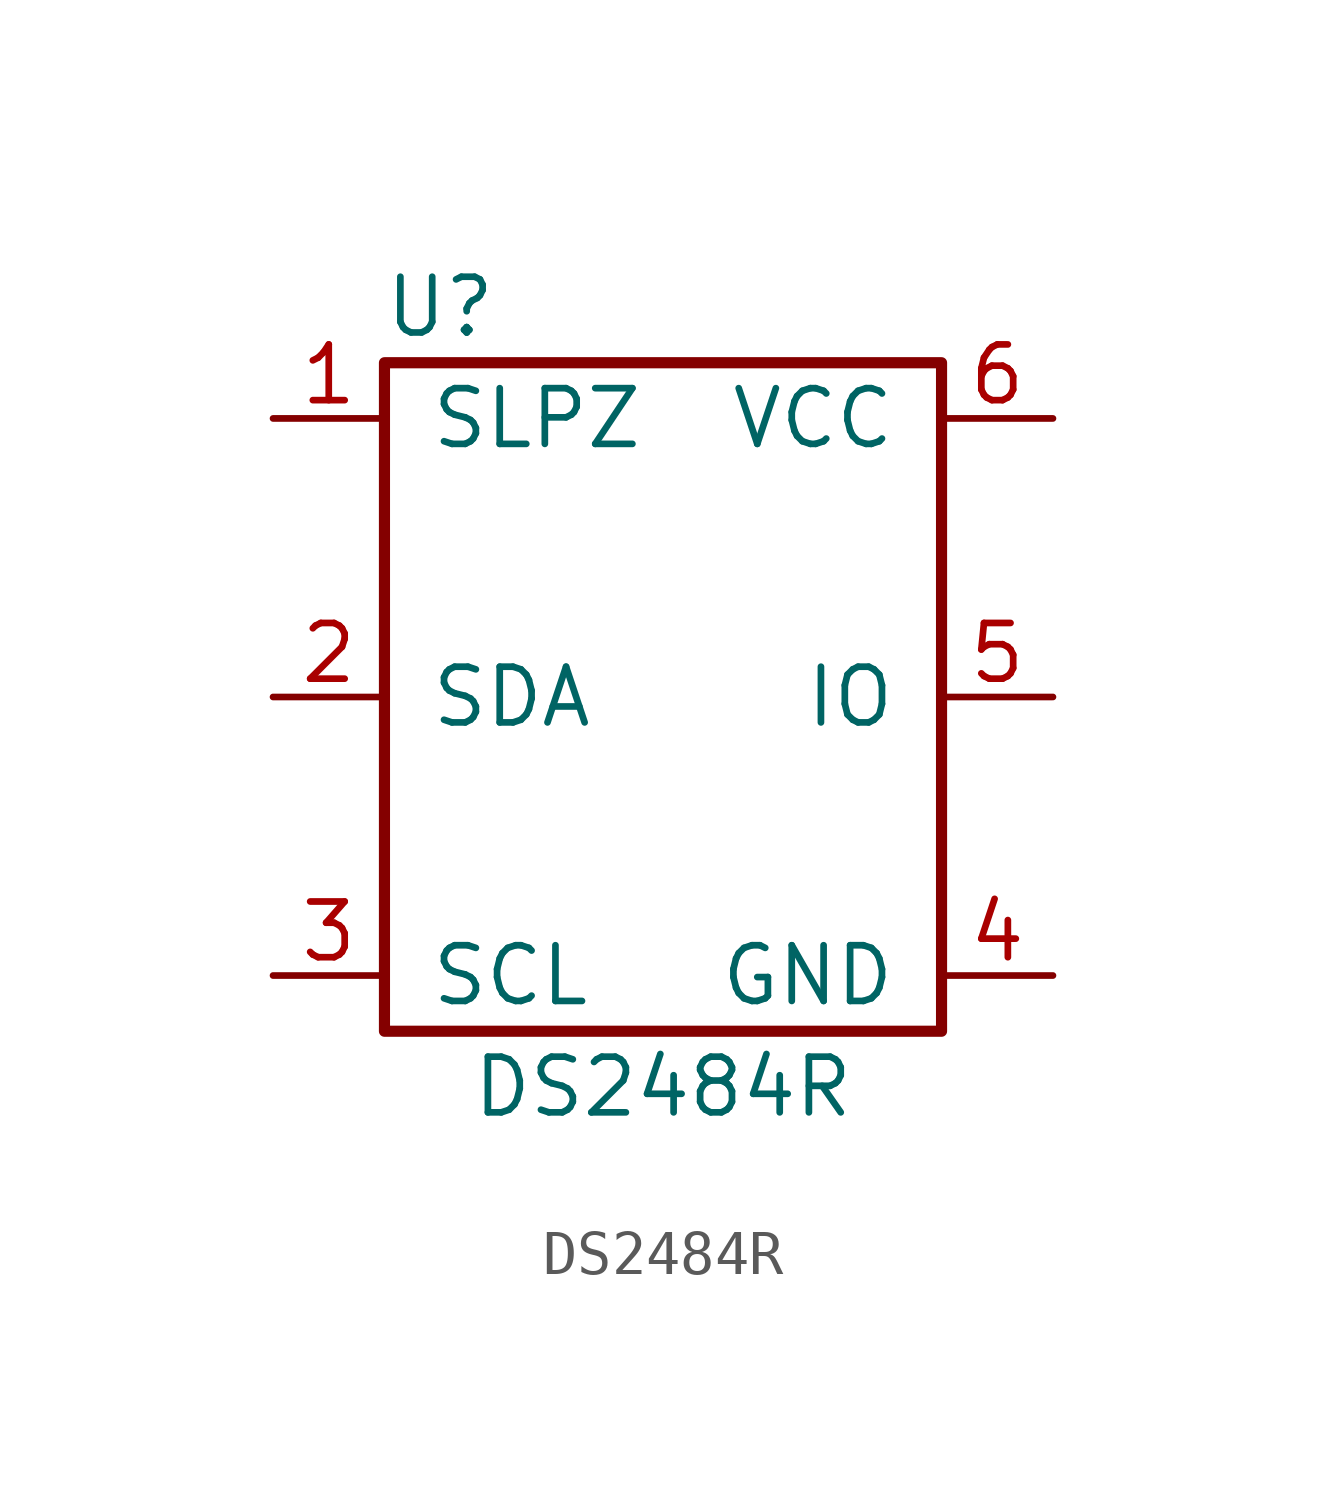
<source format=kicad_sym>
(kicad_symbol_lib
  (version 20220914)
  (generator kicad_symbol_editor)
  (symbol "DS2484R"
    (pin_names
      (offset 1.016))
    (property "Reference" "U"
      (at -5.08 8.89 0)
      (effects (font (size 1.27 1.27))))
    (property "Value" "DS2484R"
      (at 0 -8.89 0)
      (effects (font (size 1.27 1.27))))
    (symbol "DS2484R_0_0"
      (pin input line (at -8.89 6.35 0) (length 2.54) (name "SLPZ" (effects (font (size 1.27 1.27)))) (number "1" (effects (font (size 1.27 1.27)))))
      (pin bidirectional line (at -8.89 0 0) (length 2.54) (name "SDA" (effects (font (size 1.27 1.27)))) (number "2" (effects (font (size 1.27 1.27)))))
      (pin input line (at -8.89 -6.35 0) (length 2.54) (name "SCL" (effects (font (size 1.27 1.27)))) (number "3" (effects (font (size 1.27 1.27)))))
      (pin power_in line (at 8.89 -6.35 180) (length 2.54) (name "GND" (effects (font (size 1.27 1.27)))) (number "4" (effects (font (size 1.27 1.27)))))
      (pin bidirectional line (at 8.89 0 180) (length 2.54) (name "IO" (effects (font (size 1.27 1.27)))) (number "5" (effects (font (size 1.27 1.27)))))
      (pin power_in line (at 8.89 6.35 180) (length 2.54) (name "VCC" (effects (font (size 1.27 1.27)))) (number "6" (effects (font (size 1.27 1.27))))))
    (symbol "DS2484R_0_1"
      (rectangle (start -6.35 7.62) (end 6.35 -7.62) (stroke (width 0.254) (type solid)) (fill (type none))))))
</source>
